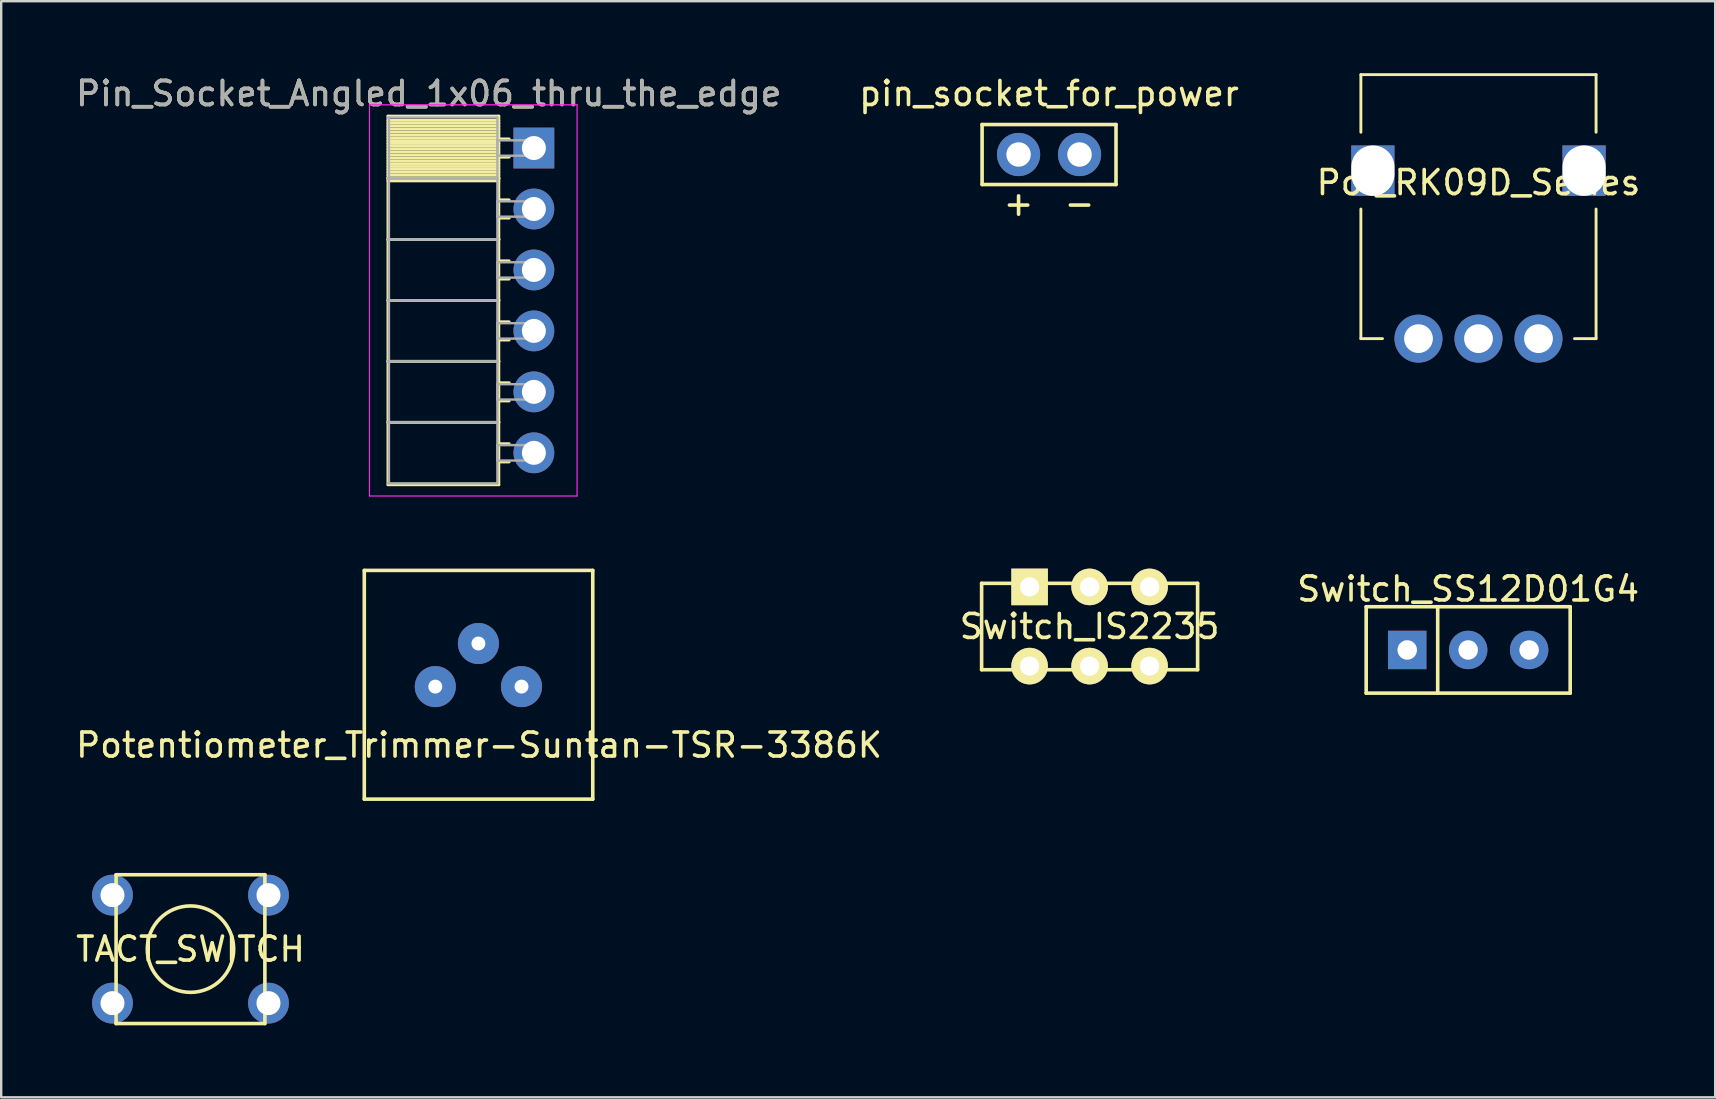
<source format=kicad_pcb>
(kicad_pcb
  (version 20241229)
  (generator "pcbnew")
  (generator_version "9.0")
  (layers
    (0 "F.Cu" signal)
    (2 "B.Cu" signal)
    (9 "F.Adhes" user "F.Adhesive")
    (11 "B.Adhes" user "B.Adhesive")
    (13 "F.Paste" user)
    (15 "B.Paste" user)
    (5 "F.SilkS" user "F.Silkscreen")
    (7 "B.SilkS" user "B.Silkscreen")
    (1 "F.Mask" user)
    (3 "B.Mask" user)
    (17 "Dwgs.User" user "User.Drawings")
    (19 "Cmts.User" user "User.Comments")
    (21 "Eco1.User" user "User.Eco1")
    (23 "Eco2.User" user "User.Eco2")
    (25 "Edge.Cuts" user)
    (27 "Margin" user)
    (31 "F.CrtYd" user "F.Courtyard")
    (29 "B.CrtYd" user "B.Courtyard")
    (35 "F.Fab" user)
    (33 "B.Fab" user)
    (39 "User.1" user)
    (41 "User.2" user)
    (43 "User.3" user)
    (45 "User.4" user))
  (footprint "TACT_SWITCH"
    (layer "F.Cu")
    (at 4.887 36.498)
    (property "Reference" "TACT_SWITCH" (at 0 0 0) (layer "F.SilkS") (effects (font (size 1 1) (thickness 0.15))))
    (attr through_hole)
    (fp_line (start -3.1 -3.1) (end -3.1 3.1) (stroke (width 0.15) (type solid)) (layer "F.SilkS"))
    (fp_line (start -3.1 -3.1) (end 3.1 -3.1) (stroke (width 0.15) (type solid)) (layer "F.SilkS"))
    (fp_line (start 3.1 -3.1) (end 3.1 3.1) (stroke (width 0.15) (type solid)) (layer "F.SilkS"))
    (fp_line (start 3.1 3.1) (end -3.1 3.1) (stroke (width 0.15) (type solid)) (layer "F.SilkS"))
    (fp_circle (center 0 0) (end 1.8 0) (stroke (width 0.15) (type solid)) (fill no) (layer "F.SilkS"))
    (pad "1" thru_hole circle (at -3.25 -2.25) (size 1.7 1.7) (drill 1) (layers "*.Cu" "*.Mask"))
    (pad "1" thru_hole circle (at 3.25 -2.25) (size 1.7 1.7) (drill 1) (layers "*.Cu" "*.Mask"))
    (pad "2" thru_hole circle (at -3.25 2.25) (size 1.7 1.7) (drill 1) (layers "*.Cu" "*.Mask"))
    (pad "2" thru_hole circle (at 3.25 2.25) (size 1.7 1.7) (drill 1) (layers "*.Cu" "*.Mask")))
  (footprint "Potentiometer_Trimmer-Suntan-TSR-3386K"
    (layer "F.Cu")
    (at 15.088 25.559)
    (property "Reference" "Potentiometer_Trimmer-Suntan-TSR-3386K" (at 1.823 2.438 0) (layer "F.SilkS") (effects (font (size 1 1) (thickness 0.15))))
    (attr through_hole)
    (fp_line (start -2.959 -4.841) (end 6.561 -4.841) (stroke (width 0.15) (type solid)) (layer "F.SilkS"))
    (fp_line (start -2.959 4.689) (end -2.959 -4.841) (stroke (width 0.15) (type solid)) (layer "F.SilkS"))
    (fp_line (start 6.561 -4.841) (end 6.561 4.689) (stroke (width 0.15) (type solid)) (layer "F.SilkS"))
    (fp_line (start 6.561 4.689) (end -2.959 4.689) (stroke (width 0.15) (type solid)) (layer "F.SilkS"))
    (pad "1" thru_hole circle (at 0 0) (size 1.71 1.71) (drill 0.58) (layers "*.Cu" "*.Mask"))
    (pad "2" thru_hole circle (at 1.796 -1.796) (size 1.71 1.71) (drill 0.58) (layers "*.Cu" "*.Mask"))
    (pad "3" thru_hole circle (at 3.592 0) (size 1.71 1.71) (drill 0.58) (layers "*.Cu" "*.Mask")))
  (footprint "Pin_Socket_Angled_1x06_thru_the_edge"
    (layer "F.Cu")
    (at 19.195 3.118)
    (property "Reference" "Pin_Socket_Angled_1x06_thru_the_edge" (at -4.38 -2.27 0) (layer "F.SilkS") (effects (font (size 1 1) (thickness 0.15))))
    (attr through_hole)
    (fp_line (start -6.079 -1.33) (end -1.46 -1.33) (stroke (width 0.12) (type solid)) (layer "F.SilkS"))
    (fp_line (start -6.079 1.27) (end -6.079 -1.33) (stroke (width 0.12) (type solid)) (layer "F.SilkS"))
    (fp_line (start -6.079 1.27) (end -1.46 1.27) (stroke (width 0.12) (type solid)) (layer "F.SilkS"))
    (fp_line (start -6.079 3.81) (end -6.079 1.27) (stroke (width 0.12) (type solid)) (layer "F.SilkS"))
    (fp_line (start -6.079 3.81) (end -1.46 3.81) (stroke (width 0.12) (type solid)) (layer "F.SilkS"))
    (fp_line (start -6.079 6.35) (end -6.079 3.81) (stroke (width 0.12) (type solid)) (layer "F.SilkS"))
    (fp_line (start -6.079 6.35) (end -1.46 6.35) (stroke (width 0.12) (type solid)) (layer "F.SilkS"))
    (fp_line (start -6.079 8.89) (end -6.079 6.35) (stroke (width 0.12) (type solid)) (layer "F.SilkS"))
    (fp_line (start -6.079 8.89) (end -1.46 8.89) (stroke (width 0.12) (type solid)) (layer "F.SilkS"))
    (fp_line (start -6.079 11.43) (end -6.079 8.89) (stroke (width 0.12) (type solid)) (layer "F.SilkS"))
    (fp_line (start -6.079 11.43) (end -1.46 11.43) (stroke (width 0.12) (type solid)) (layer "F.SilkS"))
    (fp_line (start -6.079 14.03) (end -6.079 11.43) (stroke (width 0.12) (type solid)) (layer "F.SilkS"))
    (fp_line (start -1.46 -1.33) (end -1.46 1.27) (stroke (width 0.12) (type solid)) (layer "F.SilkS"))
    (fp_line (start -1.46 -1.15) (end -6.079 -1.15) (stroke (width 0.12) (type solid)) (layer "F.SilkS"))
    (fp_line (start -1.46 -1.03) (end -6.079 -1.03) (stroke (width 0.12) (type solid)) (layer "F.SilkS"))
    (fp_line (start -1.46 -0.91) (end -6.079 -0.91) (stroke (width 0.12) (type solid)) (layer "F.SilkS"))
    (fp_line (start -1.46 -0.79) (end -6.079 -0.79) (stroke (width 0.12) (type solid)) (layer "F.SilkS"))
    (fp_line (start -1.46 -0.67) (end -6.079 -0.67) (stroke (width 0.12) (type solid)) (layer "F.SilkS"))
    (fp_line (start -1.46 -0.55) (end -6.079 -0.55) (stroke (width 0.12) (type solid)) (layer "F.SilkS"))
    (fp_line (start -1.46 -0.43) (end -6.079 -0.43) (stroke (width 0.12) (type solid)) (layer "F.SilkS"))
    (fp_line (start -1.46 -0.31) (end -6.079 -0.31) (stroke (width 0.12) (type solid)) (layer "F.SilkS"))
    (fp_line (start -1.46 -0.19) (end -6.079 -0.19) (stroke (width 0.12) (type solid)) (layer "F.SilkS"))
    (fp_line (start -1.46 -0.07) (end -6.079 -0.07) (stroke (width 0.12) (type solid)) (layer "F.SilkS"))
    (fp_line (start -1.46 0.05) (end -6.079 0.05) (stroke (width 0.12) (type solid)) (layer "F.SilkS"))
    (fp_line (start -1.46 0.17) (end -6.079 0.17) (stroke (width 0.12) (type solid)) (layer "F.SilkS"))
    (fp_line (start -1.46 0.29) (end -6.079 0.29) (stroke (width 0.12) (type solid)) (layer "F.SilkS"))
    (fp_line (start -1.46 0.41) (end -6.079 0.41) (stroke (width 0.12) (type solid)) (layer "F.SilkS"))
    (fp_line (start -1.46 0.53) (end -6.079 0.53) (stroke (width 0.12) (type solid)) (layer "F.SilkS"))
    (fp_line (start -1.46 0.65) (end -6.079 0.65) (stroke (width 0.12) (type solid)) (layer "F.SilkS"))
    (fp_line (start -1.46 0.77) (end -6.079 0.77) (stroke (width 0.12) (type solid)) (layer "F.SilkS"))
    (fp_line (start -1.46 0.89) (end -6.079 0.89) (stroke (width 0.12) (type solid)) (layer "F.SilkS"))
    (fp_line (start -1.46 1.01) (end -6.079 1.01) (stroke (width 0.12) (type solid)) (layer "F.SilkS"))
    (fp_line (start -1.46 1.13) (end -6.079 1.13) (stroke (width 0.12) (type solid)) (layer "F.SilkS"))
    (fp_line (start -1.46 1.25) (end -6.079 1.25) (stroke (width 0.12) (type solid)) (layer "F.SilkS"))
    (fp_line (start -1.46 1.27) (end -6.079 1.27) (stroke (width 0.12) (type solid)) (layer "F.SilkS"))
    (fp_line (start -1.46 1.27) (end -1.46 3.81) (stroke (width 0.12) (type solid)) (layer "F.SilkS"))
    (fp_line (start -1.46 1.37) (end -6.079 1.37) (stroke (width 0.12) (type solid)) (layer "F.SilkS"))
    (fp_line (start -1.46 3.81) (end -6.079 3.81) (stroke (width 0.12) (type solid)) (layer "F.SilkS"))
    (fp_line (start -1.46 3.81) (end -1.46 6.35) (stroke (width 0.12) (type solid)) (layer "F.SilkS"))
    (fp_line (start -1.46 6.35) (end -6.079 6.35) (stroke (width 0.12) (type solid)) (layer "F.SilkS"))
    (fp_line (start -1.46 6.35) (end -1.46 8.89) (stroke (width 0.12) (type solid)) (layer "F.SilkS"))
    (fp_line (start -1.46 8.89) (end -6.079 8.89) (stroke (width 0.12) (type solid)) (layer "F.SilkS"))
    (fp_line (start -1.46 8.89) (end -1.46 11.43) (stroke (width 0.12) (type solid)) (layer "F.SilkS"))
    (fp_line (start -1.46 11.43) (end -6.079 11.43) (stroke (width 0.12) (type solid)) (layer "F.SilkS"))
    (fp_line (start -1.46 11.43) (end -1.46 14.03) (stroke (width 0.12) (type solid)) (layer "F.SilkS"))
    (fp_line (start -1.46 14.03) (end -6.079 14.03) (stroke (width 0.12) (type solid)) (layer "F.SilkS"))
    (fp_line (start -1.03 -0.38) (end -1.46 -0.38) (stroke (width 0.12) (type solid)) (layer "F.SilkS"))
    (fp_line (start -1.03 0.38) (end -1.46 0.38) (stroke (width 0.12) (type solid)) (layer "F.SilkS"))
    (fp_line (start -1.03 2.16) (end -1.46 2.16) (stroke (width 0.12) (type solid)) (layer "F.SilkS"))
    (fp_line (start -1.03 2.92) (end -1.46 2.92) (stroke (width 0.12) (type solid)) (layer "F.SilkS"))
    (fp_line (start -1.03 4.7) (end -1.46 4.7) (stroke (width 0.12) (type solid)) (layer "F.SilkS"))
    (fp_line (start -1.03 5.46) (end -1.46 5.46) (stroke (width 0.12) (type solid)) (layer "F.SilkS"))
    (fp_line (start -1.03 7.24) (end -1.46 7.24) (stroke (width 0.12) (type solid)) (layer "F.SilkS"))
    (fp_line (start -1.03 8) (end -1.46 8) (stroke (width 0.12) (type solid)) (layer "F.SilkS"))
    (fp_line (start -1.03 9.78) (end -1.46 9.78) (stroke (width 0.12) (type solid)) (layer "F.SilkS"))
    (fp_line (start -1.03 10.54) (end -1.46 10.54) (stroke (width 0.12) (type solid)) (layer "F.SilkS"))
    (fp_line (start -1.03 12.32) (end -1.46 12.32) (stroke (width 0.12) (type solid)) (layer "F.SilkS"))
    (fp_line (start -1.03 13.08) (end -1.46 13.08) (stroke (width 0.12) (type solid)) (layer "F.SilkS"))
    (fp_line (start -6.85 14.5) (end -6.85 -1.8) (stroke (width 0.05) (type solid)) (layer "F.CrtYd"))
    (fp_line (start -6.84 -1.8) (end 1.8 -1.8) (stroke (width 0.05) (type solid)) (layer "F.CrtYd"))
    (fp_line (start 1.8 -1.8) (end 1.8 14.5) (stroke (width 0.05) (type solid)) (layer "F.CrtYd"))
    (fp_line (start 1.8 14.5) (end -6.84 14.5) (stroke (width 0.05) (type solid)) (layer "F.CrtYd"))
    (fp_line (start -6.079 -1.27) (end -1.52 -1.27) (stroke (width 0.1) (type solid)) (layer "F.Fab"))
    (fp_line (start -6.079 1.27) (end -1.52 1.27) (stroke (width 0.1) (type solid)) (layer "F.Fab"))
    (fp_line (start -6.079 3.81) (end -1.52 3.81) (stroke (width 0.1) (type solid)) (layer "F.Fab"))
    (fp_line (start -6.079 6.35) (end -1.52 6.35) (stroke (width 0.1) (type solid)) (layer "F.Fab"))
    (fp_line (start -6.079 8.89) (end -1.52 8.89) (stroke (width 0.1) (type solid)) (layer "F.Fab"))
    (fp_line (start -6.079 11.43) (end -1.52 11.43) (stroke (width 0.1) (type solid)) (layer "F.Fab"))
    (fp_line (start -6.039 1.27) (end -6.039 -1.27) (stroke (width 0.1) (type solid)) (layer "F.Fab"))
    (fp_line (start -6.039 3.81) (end -6.039 1.27) (stroke (width 0.1) (type solid)) (layer "F.Fab"))
    (fp_line (start -6.039 6.35) (end -6.039 3.81) (stroke (width 0.1) (type solid)) (layer "F.Fab"))
    (fp_line (start -6.039 8.89) (end -6.039 6.35) (stroke (width 0.1) (type solid)) (layer "F.Fab"))
    (fp_line (start -6.039 11.43) (end -6.039 8.89) (stroke (width 0.1) (type solid)) (layer "F.Fab"))
    (fp_line (start -6.039 13.97) (end -6.039 11.43) (stroke (width 0.1) (type solid)) (layer "F.Fab"))
    (fp_line (start -1.52 -1.27) (end -1.52 1.27) (stroke (width 0.1) (type solid)) (layer "F.Fab"))
    (fp_line (start -1.52 -0.32) (end 0 -0.32) (stroke (width 0.1) (type solid)) (layer "F.Fab"))
    (fp_line (start -1.52 0.32) (end -1.52 -0.32) (stroke (width 0.1) (type solid)) (layer "F.Fab"))
    (fp_line (start -1.52 1.27) (end -6.079 1.27) (stroke (width 0.1) (type solid)) (layer "F.Fab"))
    (fp_line (start -1.52 1.27) (end -1.52 3.81) (stroke (width 0.1) (type solid)) (layer "F.Fab"))
    (fp_line (start -1.52 2.22) (end 0 2.22) (stroke (width 0.1) (type solid)) (layer "F.Fab"))
    (fp_line (start -1.52 2.86) (end -1.52 2.22) (stroke (width 0.1) (type solid)) (layer "F.Fab"))
    (fp_line (start -1.52 3.81) (end -6.079 3.81) (stroke (width 0.1) (type solid)) (layer "F.Fab"))
    (fp_line (start -1.52 3.81) (end -1.52 6.35) (stroke (width 0.1) (type solid)) (layer "F.Fab"))
    (fp_line (start -1.52 4.76) (end 0 4.76) (stroke (width 0.1) (type solid)) (layer "F.Fab"))
    (fp_line (start -1.52 5.4) (end -1.52 4.76) (stroke (width 0.1) (type solid)) (layer "F.Fab"))
    (fp_line (start -1.52 6.35) (end -6.079 6.35) (stroke (width 0.1) (type solid)) (layer "F.Fab"))
    (fp_line (start -1.52 6.35) (end -1.52 8.89) (stroke (width 0.1) (type solid)) (layer "F.Fab"))
    (fp_line (start -1.52 7.3) (end 0 7.3) (stroke (width 0.1) (type solid)) (layer "F.Fab"))
    (fp_line (start -1.52 7.94) (end -1.52 7.3) (stroke (width 0.1) (type solid)) (layer "F.Fab"))
    (fp_line (start -1.52 8.89) (end -6.079 8.89) (stroke (width 0.1) (type solid)) (layer "F.Fab"))
    (fp_line (start -1.52 8.89) (end -1.52 11.43) (stroke (width 0.1) (type solid)) (layer "F.Fab"))
    (fp_line (start -1.52 9.84) (end 0 9.84) (stroke (width 0.1) (type solid)) (layer "F.Fab"))
    (fp_line (start -1.52 10.48) (end -1.52 9.84) (stroke (width 0.1) (type solid)) (layer "F.Fab"))
    (fp_line (start -1.52 11.43) (end -6.079 11.43) (stroke (width 0.1) (type solid)) (layer "F.Fab"))
    (fp_line (start -1.52 11.43) (end -1.52 13.97) (stroke (width 0.1) (type solid)) (layer "F.Fab"))
    (fp_line (start -1.52 12.38) (end 0 12.38) (stroke (width 0.1) (type solid)) (layer "F.Fab"))
    (fp_line (start -1.52 13.02) (end -1.52 12.38) (stroke (width 0.1) (type solid)) (layer "F.Fab"))
    (fp_line (start -1.52 13.97) (end -6.079 13.97) (stroke (width 0.1) (type solid)) (layer "F.Fab"))
    (fp_line (start 0 -0.32) (end 0 0.32) (stroke (width 0.1) (type solid)) (layer "F.Fab"))
    (fp_line (start 0 0.32) (end -1.52 0.32) (stroke (width 0.1) (type solid)) (layer "F.Fab"))
    (fp_line (start 0 2.22) (end 0 2.86) (stroke (width 0.1) (type solid)) (layer "F.Fab"))
    (fp_line (start 0 2.86) (end -1.52 2.86) (stroke (width 0.1) (type solid)) (layer "F.Fab"))
    (fp_line (start 0 4.76) (end 0 5.4) (stroke (width 0.1) (type solid)) (layer "F.Fab"))
    (fp_line (start 0 5.4) (end -1.52 5.4) (stroke (width 0.1) (type solid)) (layer "F.Fab"))
    (fp_line (start 0 7.3) (end 0 7.94) (stroke (width 0.1) (type solid)) (layer "F.Fab"))
    (fp_line (start 0 7.94) (end -1.52 7.94) (stroke (width 0.1) (type solid)) (layer "F.Fab"))
    (fp_line (start 0 9.84) (end 0 10.48) (stroke (width 0.1) (type solid)) (layer "F.Fab"))
    (fp_line (start 0 10.48) (end -1.52 10.48) (stroke (width 0.1) (type solid)) (layer "F.Fab"))
    (fp_line (start 0 12.38) (end 0 13.02) (stroke (width 0.1) (type solid)) (layer "F.Fab"))
    (fp_line (start 0 13.02) (end -1.52 13.02) (stroke (width 0.1) (type solid)) (layer "F.Fab"))
    (fp_text user "${REFERENCE}" (at -4.38 -2.27 0) (layer "F.Fab") (effects (font (size 1 1) (thickness 0.15))))
    (pad "1" thru_hole rect (at 0 0) (size 1.7 1.7) (drill 1) (layers "*.Cu" "*.Mask"))
    (pad "2" thru_hole oval (at 0 2.54) (size 1.7 1.7) (drill 1) (layers "*.Cu" "*.Mask"))
    (pad "3" thru_hole oval (at 0 5.08) (size 1.7 1.7) (drill 1) (layers "*.Cu" "*.Mask"))
    (pad "4" thru_hole oval (at 0 7.62) (size 1.7 1.7) (drill 1) (layers "*.Cu" "*.Mask"))
    (pad "5" thru_hole oval (at 0 10.16) (size 1.7 1.7) (drill 1) (layers "*.Cu" "*.Mask"))
    (pad "6" thru_hole oval (at 0 12.7) (size 1.7 1.7) (drill 1) (layers "*.Cu" "*.Mask")))
  (footprint "pin_socket_for_power"
    (layer "F.Cu")
    (at 40.661 3.388)
    (property "Reference" "pin_socket_for_power" (at 0 -2.54 0) (layer "F.SilkS") (effects (font (size 1 1) (thickness 0.15))))
    (attr through_hole)
    (fp_line (start -2.79 -1.25) (end 2.79 -1.25) (stroke (width 0.15) (type solid)) (layer "F.SilkS"))
    (fp_line (start -2.79 1.25) (end -2.79 -1.25) (stroke (width 0.15) (type solid)) (layer "F.SilkS"))
    (fp_line (start -2.79 1.25) (end 2.79 1.25) (stroke (width 0.15) (type solid)) (layer "F.SilkS"))
    (fp_line (start 2.79 1.25) (end 2.79 -1.25) (stroke (width 0.15) (type solid)) (layer "F.SilkS"))
    (fp_text user "-" (at 1.27 2.032 0) (layer "F.SilkS") (effects (font (size 1 1) (thickness 0.15))))
    (fp_text user "+" (at -1.27 2.032 0) (layer "F.SilkS") (effects (font (size 1 1) (thickness 0.15))))
    (pad "1" thru_hole circle (at -1.27 0) (size 1.8 1.8) (drill 1.02) (layers "*.Cu" "*.Mask"))
    (pad "2" thru_hole circle (at 1.27 0) (size 1.8 1.8) (drill 1.02) (layers "*.Cu" "*.Mask")))
  (footprint "Switch_SS12D01G4"
    (layer "F.Cu")
    (at 58.125 24.032)
    (property "Reference" "Switch_SS12D01G4" (at 0 -2.54 0) (layer "F.SilkS") (effects (font (size 1 1) (thickness 0.15))))
    (attr through_hole)
    (fp_line (start -4.25 -1.8) (end 4.25 -1.8) (stroke (width 0.15) (type solid)) (layer "F.SilkS"))
    (fp_line (start -4.25 1.8) (end -4.25 -1.8) (stroke (width 0.15) (type solid)) (layer "F.SilkS"))
    (fp_line (start -1.27 -1.8) (end -1.27 1.8) (stroke (width 0.15) (type solid)) (layer "F.SilkS"))
    (fp_line (start 4.25 -1.8) (end 4.25 1.8) (stroke (width 0.15) (type solid)) (layer "F.SilkS"))
    (fp_line (start 4.25 1.8) (end -4.25 1.8) (stroke (width 0.15) (type solid)) (layer "F.SilkS"))
    (pad "1" thru_hole rect (at -2.54 0) (size 1.6 1.6) (drill 0.813) (layers "*.Cu" "*.Mask"))
    (pad "2" thru_hole circle (at 0 0) (size 1.6 1.6) (drill 0.813) (layers "*.Cu" "*.Mask"))
    (pad "3" thru_hole circle (at 2.54 0) (size 1.6 1.6) (drill 0.813) (layers "*.Cu" "*.Mask")))
  (footprint "Pot_RK09D_Series"
    (layer "F.Cu")
    (at 58.554 11.06)
    (property "Reference" "Pot_RK09D_Series" (at 0 -6.5 0) (layer "F.SilkS") (effects (font (size 1 1) (thickness 0.15))))
    (attr through_hole)
    (fp_line (start -4.9 -11) (end -4.9 -8.6) (stroke (width 0.12) (type solid)) (layer "F.SilkS"))
    (fp_line (start -4.9 -11) (end 4.9 -11) (stroke (width 0.12) (type solid)) (layer "F.SilkS"))
    (fp_line (start -4.9 -5.4) (end -4.9 0) (stroke (width 0.12) (type solid)) (layer "F.SilkS"))
    (fp_line (start -4.9 0) (end -4 0) (stroke (width 0.12) (type solid)) (layer "F.SilkS"))
    (fp_line (start 4.9 -11) (end 4.9 -8.6) (stroke (width 0.12) (type solid)) (layer "F.SilkS"))
    (fp_line (start 4.9 -5.4) (end 4.9 0) (stroke (width 0.12) (type solid)) (layer "F.SilkS"))
    (fp_line (start 4.9 0) (end 4 0) (stroke (width 0.12) (type solid)) (layer "F.SilkS"))
    (pad "" np_thru_hole rect (at -4.4 -7) (size 1.8 2.1) (drill oval 1.8 2.1) (layers "*.Cu" "*.Mask"))
    (pad "" np_thru_hole rect (at 4.4 -7) (size 1.8 2.1) (drill oval 1.8 2.1) (layers "*.Cu" "*.Mask"))
    (pad "1" thru_hole circle (at -2.5 0) (size 2 2) (drill 1.2) (layers "*.Cu" "*.Mask"))
    (pad "2" thru_hole circle (at 0 0) (size 2 2) (drill 1.2) (layers "*.Cu" "*.Mask"))
    (pad "3" thru_hole circle (at 2.5 0) (size 2 2) (drill 1.2) (layers "*.Cu" "*.Mask")))
  (footprint "Switch_IS2235"
    (layer "F.Cu")
    (at 42.351 23.055)
    (property "Reference" "Switch_IS2235" (at 0 0 0) (layer "F.SilkS") (effects (font (size 1 1) (thickness 0.15))))
    (attr through_hole)
    (fp_line (start -4.5 -1.8) (end -4.5 1.8) (stroke (width 0.15) (type solid)) (layer "F.SilkS"))
    (fp_line (start -4.5 -1.8) (end 4.5 -1.8) (stroke (width 0.15) (type solid)) (layer "F.SilkS"))
    (fp_line (start -4.5 1.8) (end 4.5 1.8) (stroke (width 0.15) (type solid)) (layer "F.SilkS"))
    (fp_line (start 4.5 -1.8) (end 4.5 1.8) (stroke (width 0.15) (type solid)) (layer "F.SilkS"))
    (pad "1" thru_hole rect (at -2.5 -1.65) (size 1.524 1.524) (drill 0.8) (layers "*.Cu" "*.Mask" "F.SilkS"))
    (pad "2" thru_hole circle (at 0 -1.65) (size 1.524 1.524) (drill 0.8) (layers "*.Cu" "*.Mask" "F.SilkS"))
    (pad "3" thru_hole circle (at 2.5 -1.65) (size 1.524 1.524) (drill 0.8) (layers "*.Cu" "*.Mask" "F.SilkS"))
    (pad "4" thru_hole circle (at -2.5 1.65) (size 1.524 1.524) (drill 0.8) (layers "*.Cu" "*.Mask" "F.SilkS"))
    (pad "5" thru_hole circle (at 0 1.65) (size 1.524 1.524) (drill 0.8) (layers "*.Cu" "*.Mask" "F.SilkS"))
    (pad "6" thru_hole circle (at 2.5 1.65) (size 1.524 1.524) (drill 0.8) (layers "*.Cu" "*.Mask" "F.SilkS")))
  (gr_rect
    (start -3 -3)
    (end 68.417 42.673)
    (stroke (width 0.1) (type default))
    (fill no)
    (layer "Edge.Cuts")))
</source>
